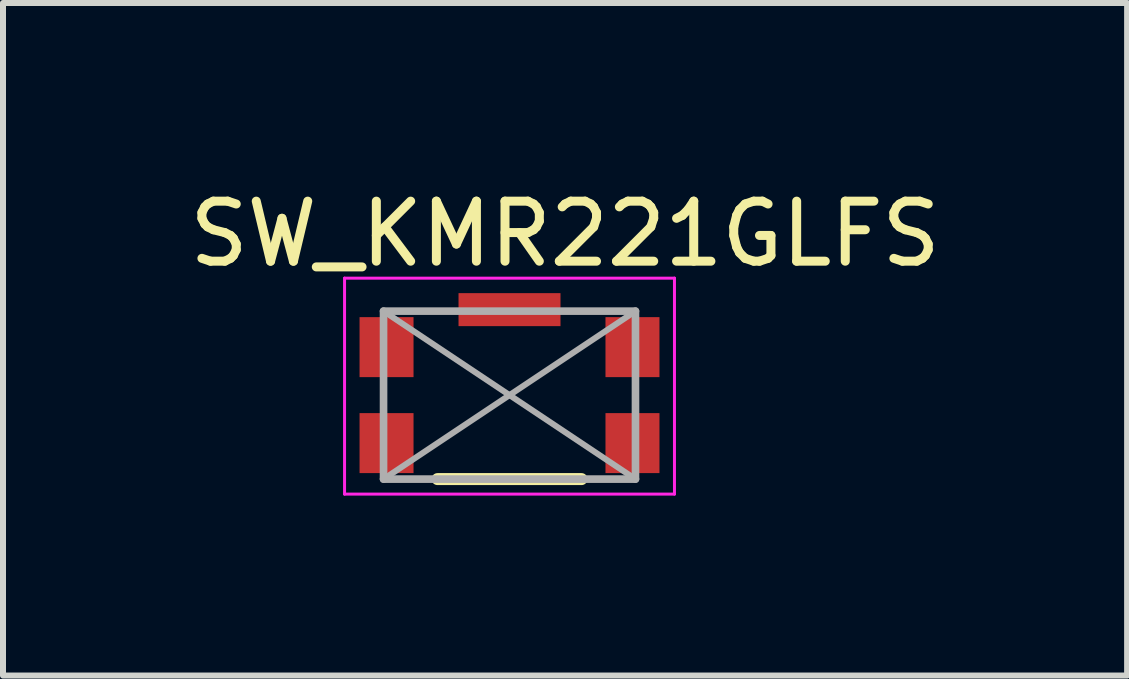
<source format=kicad_pcb>
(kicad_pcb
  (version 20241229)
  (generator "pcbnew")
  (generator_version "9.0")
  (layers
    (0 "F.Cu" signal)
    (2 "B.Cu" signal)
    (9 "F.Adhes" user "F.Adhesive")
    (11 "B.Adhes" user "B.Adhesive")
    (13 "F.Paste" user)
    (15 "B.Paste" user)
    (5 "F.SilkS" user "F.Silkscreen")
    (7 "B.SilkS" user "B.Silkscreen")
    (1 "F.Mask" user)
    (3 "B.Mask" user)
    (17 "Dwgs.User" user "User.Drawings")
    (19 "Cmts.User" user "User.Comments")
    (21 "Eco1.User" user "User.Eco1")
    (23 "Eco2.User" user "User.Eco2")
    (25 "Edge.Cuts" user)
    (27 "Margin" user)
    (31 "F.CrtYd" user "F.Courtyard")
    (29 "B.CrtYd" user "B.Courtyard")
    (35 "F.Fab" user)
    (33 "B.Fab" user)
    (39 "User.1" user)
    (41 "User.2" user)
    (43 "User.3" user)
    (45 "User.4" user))
  (footprint "SW_KMR221GLFS"
    (layer "F.Cu")
    (at 5.444 3.537)
    (property "Reference" "SW_KMR221GLFS" (at 0.926 -2.688 0) (layer "F.SilkS") (effects (font (size 1.001 1.001) (thickness 0.15))))
    (attr through_hole)
    (fp_line (start -1.2 1.4) (end 1.2 1.4) (stroke (width 0.2) (type solid)) (layer "F.SilkS"))
    (fp_line (start -2.75 -1.95) (end 2.75 -1.95) (stroke (width 0.05) (type solid)) (layer "F.CrtYd"))
    (fp_line (start -2.75 1.65) (end -2.75 -1.95) (stroke (width 0.05) (type solid)) (layer "F.CrtYd"))
    (fp_line (start 2.75 -1.95) (end 2.75 1.65) (stroke (width 0.05) (type solid)) (layer "F.CrtYd"))
    (fp_line (start 2.75 1.65) (end -2.75 1.65) (stroke (width 0.05) (type solid)) (layer "F.CrtYd"))
    (fp_line (start -2.1 -1.4) (end 2.1 -1.4) (stroke (width 0.127) (type solid)) (layer "F.Fab"))
    (fp_line (start -2.1 -1.4) (end 2.1 1.4) (stroke (width 0.1) (type solid)) (layer "F.Fab"))
    (fp_line (start -2.1 1.4) (end -2.1 -1.4) (stroke (width 0.127) (type solid)) (layer "F.Fab"))
    (fp_line (start 2.1 -1.4) (end -2.1 1.4) (stroke (width 0.1) (type solid)) (layer "F.Fab"))
    (fp_line (start 2.1 -1.4) (end 2.1 1.4) (stroke (width 0.127) (type solid)) (layer "F.Fab"))
    (fp_line (start 2.1 1.4) (end -2.1 1.4) (stroke (width 0.127) (type solid)) (layer "F.Fab"))
    (pad "1" smd rect (at -2.05 -0.8) (size 0.9 1) (layers "F.Cu" "F.Mask" "F.Paste"))
    (pad "1" smd rect (at 2.05 -0.8) (size 0.9 1) (layers "F.Cu" "F.Mask" "F.Paste"))
    (pad "2" smd rect (at -2.05 0.8) (size 0.9 1) (layers "F.Cu" "F.Mask" "F.Paste"))
    (pad "2" smd rect (at 2.05 0.8) (size 0.9 1) (layers "F.Cu" "F.Mask" "F.Paste"))
    (pad "5" smd rect (at 0 -1.425) (size 1.7 0.55) (layers "F.Cu" "F.Mask" "F.Paste")))
  (gr_rect
    (start -3 -3)
    (end 15.74 8.212)
    (stroke (width 0.1) (type default))
    (fill no)
    (layer "Edge.Cuts")))
</source>
